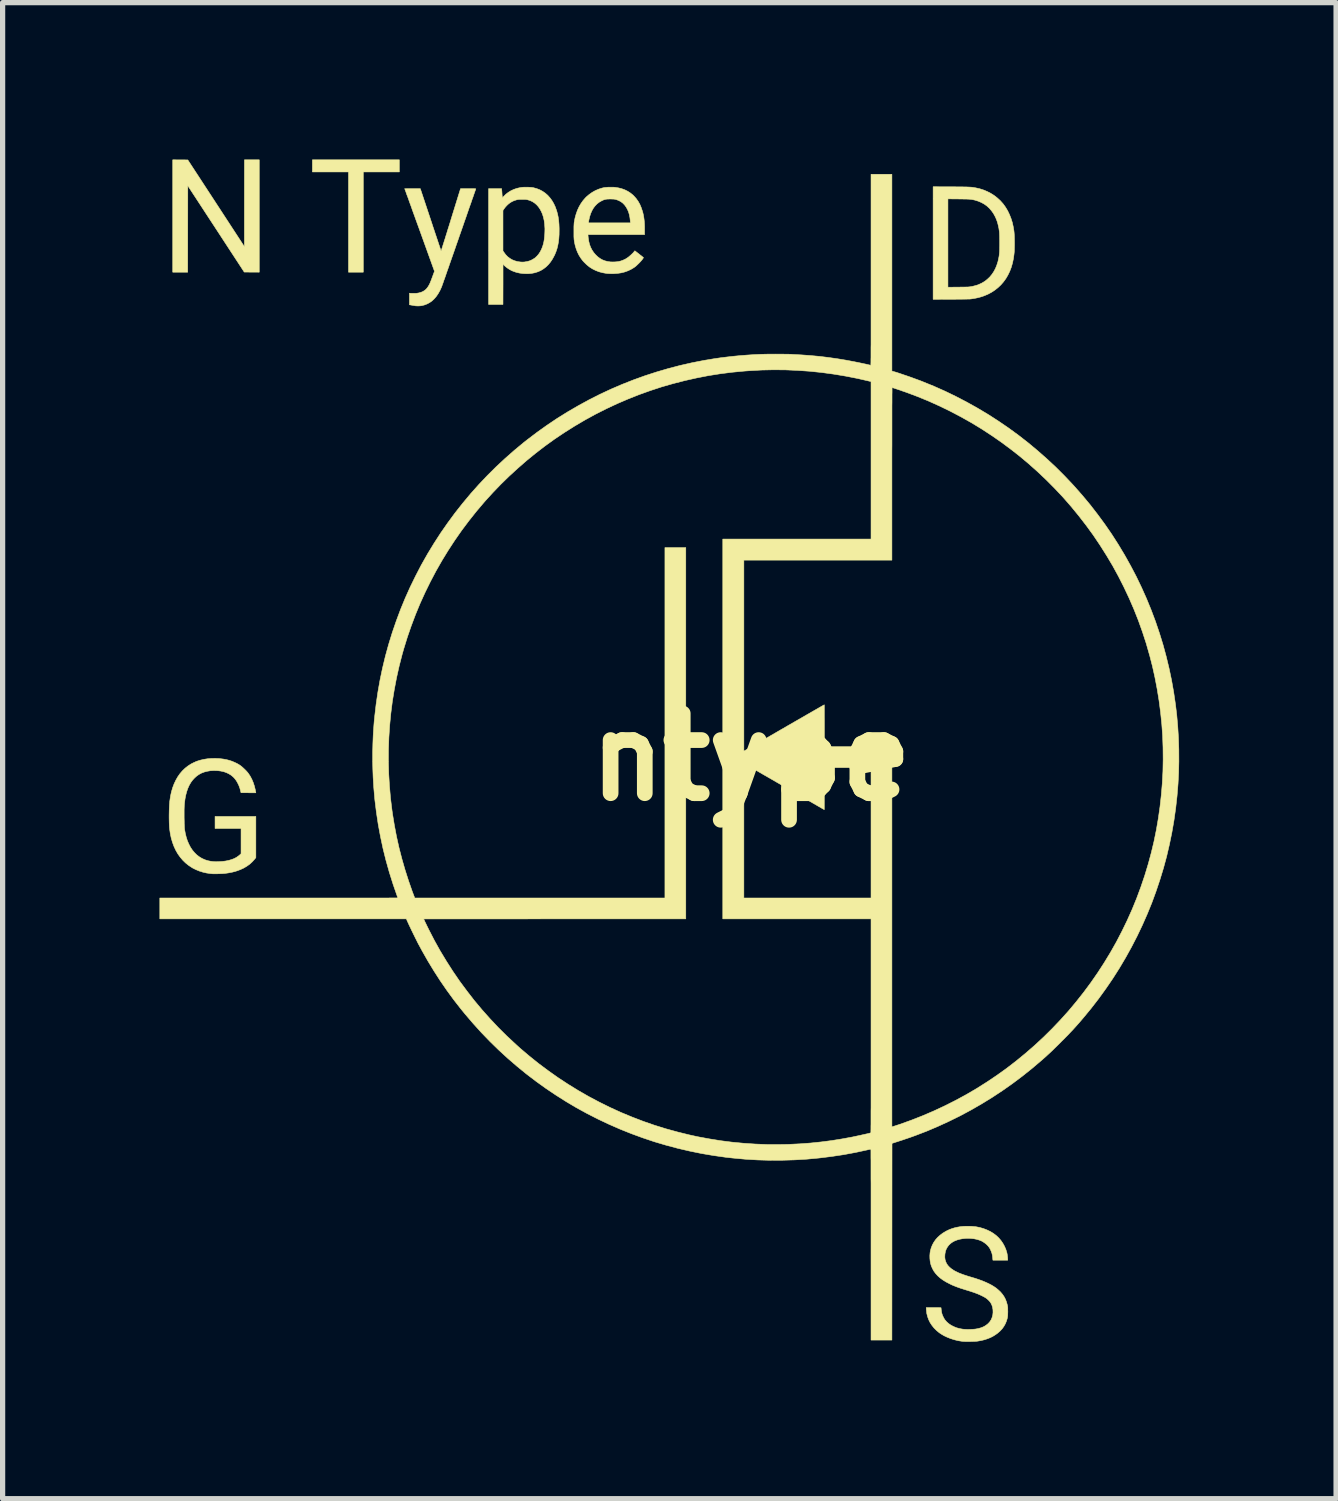
<source format=kicad_pcb>
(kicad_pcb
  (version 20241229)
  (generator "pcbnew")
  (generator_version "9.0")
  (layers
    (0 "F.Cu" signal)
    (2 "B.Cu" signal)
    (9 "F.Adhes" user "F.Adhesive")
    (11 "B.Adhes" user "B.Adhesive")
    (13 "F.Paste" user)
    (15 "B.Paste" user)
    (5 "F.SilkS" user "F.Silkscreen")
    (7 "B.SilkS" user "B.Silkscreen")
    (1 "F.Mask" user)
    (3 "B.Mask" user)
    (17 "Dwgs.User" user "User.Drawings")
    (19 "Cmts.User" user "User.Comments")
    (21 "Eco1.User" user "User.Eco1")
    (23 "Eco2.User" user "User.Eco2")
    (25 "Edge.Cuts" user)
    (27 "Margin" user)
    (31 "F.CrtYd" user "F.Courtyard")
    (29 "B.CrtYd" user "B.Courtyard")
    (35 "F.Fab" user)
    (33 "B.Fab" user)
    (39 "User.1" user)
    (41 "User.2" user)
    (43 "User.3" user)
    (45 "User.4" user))
  (footprint "ntype"
    (layer "F.Cu")
    (at 11.308 11.424)
    (property "Reference" "ntype" (at 0 0 0) (layer "F.SilkS") (effects (font (size 1.524 1.524) (thickness 0.3))))
    (attr through_hole)
    (fp_poly (pts (xy -6.724 -11.187) (xy -7.413 -11.187) (xy -7.413 -9.271) (xy -7.696 -9.271) (xy -7.696 -11.187) (xy -8.386 -11.187) (xy -8.386 -11.419) (xy -6.724 -11.419) (xy -6.724 -11.187)) (stroke (width 0.01) (type solid)) (fill yes) (layer "F.SilkS"))
    (fp_poly (pts (xy -10.768 -11.417) (xy -9.686 -9.759) (xy -9.686 -10.589) (xy -9.685 -11.419) (xy -9.402 -11.419) (xy -9.402 -9.271) (xy -9.689 -9.273) (xy -10.228 -10.098) (xy -10.768 -10.924) (xy -10.769 -10.097) (xy -10.77 -9.271) (xy -11.056 -9.271) (xy -11.056 -11.419) (xy -10.768 -11.417)) (stroke (width 0.01) (type solid)) (fill yes) (layer "F.SilkS"))
    (fp_poly (pts (xy -6.323 -10.867) (xy -6.125 -10.272) (xy -6.104 -10.209) (xy -6.084 -10.147) (xy -6.064 -10.088) (xy -6.045 -10.031) (xy -6.027 -9.977) (xy -6.01 -9.926) (xy -5.994 -9.879) (xy -5.98 -9.836) (xy -5.967 -9.797) (xy -5.955 -9.763) (xy -5.946 -9.734) (xy -5.938 -9.711) (xy -5.932 -9.693) (xy -5.928 -9.681) (xy -5.926 -9.676) (xy -5.926 -9.676) (xy -5.924 -9.679) (xy -5.921 -9.689) (xy -5.916 -9.705) (xy -5.909 -9.727) (xy -5.9 -9.754) (xy -5.89 -9.787) (xy -5.878 -9.824) (xy -5.865 -9.866) (xy -5.85 -9.912) (xy -5.835 -9.962) (xy -5.818 -10.015) (xy -5.801 -10.072) (xy -5.782 -10.131) (xy -5.763 -10.192) (xy -5.743 -10.255) (xy -5.739 -10.271) (xy -5.554 -10.868) (xy -5.407 -10.868) (xy -5.369 -10.868) (xy -5.338 -10.867) (xy -5.313 -10.867) (xy -5.294 -10.867) (xy -5.28 -10.866) (xy -5.27 -10.865) (xy -5.265 -10.865) (xy -5.262 -10.864) (xy -5.262 -10.863) (xy -5.264 -10.859) (xy -5.267 -10.849) (xy -5.273 -10.832) (xy -5.281 -10.81) (xy -5.291 -10.781) (xy -5.303 -10.747) (xy -5.316 -10.708) (xy -5.332 -10.665) (xy -5.348 -10.616) (xy -5.367 -10.563) (xy -5.387 -10.507) (xy -5.408 -10.446) (xy -5.43 -10.382) (xy -5.453 -10.315) (xy -5.478 -10.245) (xy -5.503 -10.172) (xy -5.529 -10.097) (xy -5.556 -10.02) (xy -5.584 -9.941) (xy -5.584 -9.939) (xy -5.612 -9.859) (xy -5.639 -9.782) (xy -5.665 -9.706) (xy -5.691 -9.632) (xy -5.716 -9.561) (xy -5.74 -9.492) (xy -5.763 -9.427) (xy -5.784 -9.365) (xy -5.805 -9.307) (xy -5.824 -9.252) (xy -5.841 -9.202) (xy -5.857 -9.156) (xy -5.872 -9.116) (xy -5.884 -9.08) (xy -5.895 -9.049) (xy -5.904 -9.025) (xy -5.91 -9.006) (xy -5.915 -8.994) (xy -5.917 -8.988) (xy -5.947 -8.922) (xy -5.98 -8.863) (xy -6.016 -8.81) (xy -6.055 -8.764) (xy -6.097 -8.724) (xy -6.143 -8.691) (xy -6.191 -8.665) (xy -6.242 -8.645) (xy -6.296 -8.631) (xy -6.312 -8.629) (xy -6.328 -8.627) (xy -6.348 -8.626) (xy -6.369 -8.626) (xy -6.389 -8.626) (xy -6.405 -8.627) (xy -6.412 -8.627) (xy -6.418 -8.628) (xy -6.431 -8.631) (xy -6.447 -8.633) (xy -6.466 -8.637) (xy -6.476 -8.638) (xy -6.531 -8.648) (xy -6.531 -8.869) (xy -6.476 -8.866) (xy -6.431 -8.866) (xy -6.39 -8.868) (xy -6.354 -8.874) (xy -6.32 -8.883) (xy -6.287 -8.895) (xy -6.279 -8.899) (xy -6.251 -8.915) (xy -6.225 -8.934) (xy -6.201 -8.958) (xy -6.179 -8.987) (xy -6.158 -9.021) (xy -6.138 -9.061) (xy -6.119 -9.108) (xy -6.114 -9.12) (xy -6.106 -9.143) (xy -6.096 -9.169) (xy -6.086 -9.196) (xy -6.077 -9.222) (xy -6.074 -9.23) (xy -6.052 -9.288) (xy -6.333 -10.068) (xy -6.359 -10.14) (xy -6.385 -10.211) (xy -6.41 -10.28) (xy -6.434 -10.347) (xy -6.457 -10.41) (xy -6.479 -10.471) (xy -6.499 -10.529) (xy -6.519 -10.583) (xy -6.537 -10.633) (xy -6.553 -10.679) (xy -6.568 -10.72) (xy -6.582 -10.756) (xy -6.593 -10.788) (xy -6.602 -10.814) (xy -6.61 -10.834) (xy -6.615 -10.848) (xy -6.618 -10.856) (xy -6.618 -10.858) (xy -6.622 -10.868) (xy -6.323 -10.867)) (stroke (width 0.01) (type solid)) (fill yes) (layer "F.SilkS"))
    (fp_poly (pts (xy -4.286 -10.896) (xy -4.253 -10.895) (xy -4.221 -10.893) (xy -4.191 -10.891) (xy -4.167 -10.887) (xy -4.161 -10.886) (xy -4.099 -10.869) (xy -4.04 -10.846) (xy -3.986 -10.817) (xy -3.935 -10.782) (xy -3.888 -10.741) (xy -3.846 -10.694) (xy -3.807 -10.641) (xy -3.773 -10.583) (xy -3.743 -10.519) (xy -3.736 -10.499) (xy -3.716 -10.443) (xy -3.7 -10.384) (xy -3.687 -10.322) (xy -3.678 -10.257) (xy -3.672 -10.187) (xy -3.669 -10.111) (xy -3.669 -10.067) (xy -3.67 -9.988) (xy -3.675 -9.914) (xy -3.683 -9.845) (xy -3.695 -9.781) (xy -3.71 -9.72) (xy -3.73 -9.661) (xy -3.753 -9.605) (xy -3.763 -9.585) (xy -3.797 -9.522) (xy -3.834 -9.466) (xy -3.875 -9.416) (xy -3.92 -9.372) (xy -3.968 -9.335) (xy -4.02 -9.303) (xy -4.075 -9.279) (xy -4.134 -9.26) (xy -4.196 -9.248) (xy -4.262 -9.242) (xy -4.289 -9.242) (xy -4.361 -9.245) (xy -4.428 -9.254) (xy -4.492 -9.269) (xy -4.553 -9.291) (xy -4.575 -9.3) (xy -4.603 -9.315) (xy -4.632 -9.332) (xy -4.661 -9.352) (xy -4.689 -9.373) (xy -4.713 -9.394) (xy -4.732 -9.413) (xy -4.732 -9.414) (xy -4.742 -9.425) (xy -4.742 -9.04) (xy -4.743 -8.654) (xy -5.018 -8.654) (xy -5.018 -10.451) (xy -4.743 -10.451) (xy -4.743 -9.678) (xy -4.725 -9.652) (xy -4.692 -9.607) (xy -4.655 -9.568) (xy -4.613 -9.536) (xy -4.568 -9.509) (xy -4.519 -9.489) (xy -4.466 -9.474) (xy -4.409 -9.466) (xy -4.374 -9.464) (xy -4.364 -9.464) (xy -4.349 -9.465) (xy -4.332 -9.466) (xy -4.326 -9.467) (xy -4.273 -9.476) (xy -4.223 -9.491) (xy -4.178 -9.513) (xy -4.135 -9.54) (xy -4.097 -9.574) (xy -4.063 -9.613) (xy -4.032 -9.659) (xy -4.006 -9.71) (xy -3.984 -9.766) (xy -3.968 -9.821) (xy -3.96 -9.859) (xy -3.953 -9.903) (xy -3.948 -9.951) (xy -3.944 -10.001) (xy -3.942 -10.052) (xy -3.941 -10.101) (xy -3.942 -10.118) (xy -3.947 -10.192) (xy -3.956 -10.26) (xy -3.97 -10.322) (xy -3.988 -10.38) (xy -4.011 -10.433) (xy -4.039 -10.483) (xy -4.066 -10.522) (xy -4.101 -10.561) (xy -4.14 -10.594) (xy -4.182 -10.621) (xy -4.229 -10.642) (xy -4.269 -10.654) (xy -4.281 -10.657) (xy -4.293 -10.659) (xy -4.305 -10.661) (xy -4.319 -10.662) (xy -4.336 -10.662) (xy -4.359 -10.662) (xy -4.376 -10.662) (xy -4.402 -10.662) (xy -4.422 -10.662) (xy -4.438 -10.661) (xy -4.45 -10.66) (xy -4.462 -10.658) (xy -4.473 -10.656) (xy -4.485 -10.653) (xy -4.485 -10.653) (xy -4.53 -10.639) (xy -4.569 -10.621) (xy -4.605 -10.6) (xy -4.639 -10.574) (xy -4.666 -10.549) (xy -4.682 -10.532) (xy -4.698 -10.514) (xy -4.712 -10.496) (xy -4.722 -10.482) (xy -4.743 -10.451) (xy -5.018 -10.451) (xy -5.018 -10.868) (xy -4.769 -10.868) (xy -4.767 -10.847) (xy -4.766 -10.836) (xy -4.764 -10.819) (xy -4.763 -10.799) (xy -4.761 -10.778) (xy -4.761 -10.768) (xy -4.759 -10.742) (xy -4.757 -10.723) (xy -4.756 -10.71) (xy -4.754 -10.702) (xy -4.752 -10.699) (xy -4.748 -10.7) (xy -4.744 -10.704) (xy -4.737 -10.711) (xy -4.734 -10.715) (xy -4.69 -10.759) (xy -4.642 -10.796) (xy -4.59 -10.828) (xy -4.534 -10.854) (xy -4.475 -10.874) (xy -4.412 -10.888) (xy -4.377 -10.893) (xy -4.35 -10.895) (xy -4.319 -10.896) (xy -4.286 -10.896)) (stroke (width 0.01) (type solid)) (fill yes) (layer "F.SilkS"))
    (fp_poly (pts (xy 3.824 -10.903) (xy 3.884 -10.903) (xy 3.937 -10.902) (xy 3.985 -10.902) (xy 4.026 -10.902) (xy 4.063 -10.901) (xy 4.095 -10.901) (xy 4.123 -10.9) (xy 4.147 -10.899) (xy 4.168 -10.898) (xy 4.187 -10.897) (xy 4.203 -10.896) (xy 4.219 -10.895) (xy 4.233 -10.893) (xy 4.247 -10.891) (xy 4.261 -10.889) (xy 4.275 -10.886) (xy 4.289 -10.884) (xy 4.367 -10.867) (xy 4.442 -10.843) (xy 4.514 -10.813) (xy 4.582 -10.778) (xy 4.647 -10.737) (xy 4.707 -10.69) (xy 4.763 -10.639) (xy 4.813 -10.583) (xy 4.82 -10.575) (xy 4.865 -10.512) (xy 4.905 -10.445) (xy 4.94 -10.372) (xy 4.97 -10.296) (xy 4.995 -10.216) (xy 5.013 -10.133) (xy 5.024 -10.067) (xy 5.028 -10.032) (xy 5.031 -9.992) (xy 5.033 -9.946) (xy 5.034 -9.898) (xy 5.035 -9.848) (xy 5.035 -9.797) (xy 5.034 -9.748) (xy 5.033 -9.7) (xy 5.031 -9.657) (xy 5.027 -9.619) (xy 5.027 -9.617) (xy 5.015 -9.529) (xy 4.997 -9.444) (xy 4.974 -9.364) (xy 4.945 -9.288) (xy 4.91 -9.216) (xy 4.871 -9.149) (xy 4.826 -9.087) (xy 4.776 -9.029) (xy 4.721 -8.977) (xy 4.661 -8.929) (xy 4.597 -8.887) (xy 4.538 -8.855) (xy 4.488 -8.833) (xy 4.438 -8.813) (xy 4.388 -8.797) (xy 4.335 -8.783) (xy 4.278 -8.771) (xy 4.216 -8.761) (xy 4.202 -8.759) (xy 4.192 -8.758) (xy 4.176 -8.757) (xy 4.153 -8.757) (xy 4.124 -8.756) (xy 4.088 -8.755) (xy 4.045 -8.755) (xy 3.995 -8.754) (xy 3.938 -8.754) (xy 3.873 -8.753) (xy 3.825 -8.753) (xy 3.48 -8.752) (xy 3.48 -8.984) (xy 3.763 -8.984) (xy 3.96 -8.985) (xy 4.005 -8.986) (xy 4.043 -8.986) (xy 4.075 -8.987) (xy 4.102 -8.987) (xy 4.125 -8.988) (xy 4.144 -8.988) (xy 4.159 -8.989) (xy 4.172 -8.99) (xy 4.183 -8.992) (xy 4.193 -8.993) (xy 4.195 -8.993) (xy 4.231 -9) (xy 4.269 -9.009) (xy 4.305 -9.019) (xy 4.337 -9.029) (xy 4.349 -9.034) (xy 4.408 -9.061) (xy 4.464 -9.094) (xy 4.514 -9.133) (xy 4.561 -9.177) (xy 4.602 -9.226) (xy 4.639 -9.281) (xy 4.671 -9.34) (xy 4.697 -9.404) (xy 4.719 -9.473) (xy 4.731 -9.528) (xy 4.736 -9.551) (xy 4.74 -9.572) (xy 4.743 -9.592) (xy 4.745 -9.613) (xy 4.747 -9.633) (xy 4.749 -9.656) (xy 4.75 -9.681) (xy 4.751 -9.709) (xy 4.751 -9.742) (xy 4.752 -9.78) (xy 4.752 -9.825) (xy 4.752 -9.832) (xy 4.752 -9.877) (xy 4.751 -9.916) (xy 4.751 -9.949) (xy 4.75 -9.978) (xy 4.749 -10.004) (xy 4.748 -10.027) (xy 4.746 -10.048) (xy 4.743 -10.068) (xy 4.74 -10.088) (xy 4.737 -10.109) (xy 4.732 -10.132) (xy 4.731 -10.136) (xy 4.718 -10.194) (xy 4.701 -10.25) (xy 4.68 -10.303) (xy 4.667 -10.332) (xy 4.634 -10.392) (xy 4.596 -10.445) (xy 4.555 -10.493) (xy 4.508 -10.536) (xy 4.458 -10.572) (xy 4.402 -10.603) (xy 4.343 -10.628) (xy 4.279 -10.648) (xy 4.27 -10.65) (xy 4.253 -10.654) (xy 4.237 -10.657) (xy 4.222 -10.66) (xy 4.206 -10.662) (xy 4.188 -10.664) (xy 4.169 -10.666) (xy 4.147 -10.667) (xy 4.122 -10.668) (xy 4.092 -10.669) (xy 4.058 -10.669) (xy 4.017 -10.67) (xy 3.971 -10.67) (xy 3.961 -10.671) (xy 3.763 -10.672) (xy 3.763 -8.984) (xy 3.48 -8.984) (xy 3.48 -10.904) (xy 3.824 -10.903)) (stroke (width 0.01) (type solid)) (fill yes) (layer "F.SilkS"))
    (fp_poly (pts (xy -10.167 0.027) (xy -10.092 0.036) (xy -10.026 0.048) (xy -9.977 0.061) (xy -9.925 0.078) (xy -9.875 0.099) (xy -9.826 0.122) (xy -9.782 0.148) (xy -9.761 0.162) (xy -9.743 0.176) (xy -9.722 0.194) (xy -9.699 0.215) (xy -9.676 0.237) (xy -9.654 0.259) (xy -9.635 0.28) (xy -9.619 0.299) (xy -9.613 0.307) (xy -9.576 0.362) (xy -9.544 0.422) (xy -9.517 0.486) (xy -9.494 0.556) (xy -9.476 0.631) (xy -9.469 0.669) (xy -9.467 0.682) (xy -9.751 0.68) (xy -9.758 0.651) (xy -9.772 0.596) (xy -9.791 0.544) (xy -9.815 0.494) (xy -9.841 0.449) (xy -9.871 0.409) (xy -9.9 0.378) (xy -9.94 0.345) (xy -9.983 0.318) (xy -10.03 0.296) (xy -10.081 0.278) (xy -10.137 0.266) (xy -10.198 0.258) (xy -10.207 0.258) (xy -10.27 0.256) (xy -10.332 0.259) (xy -10.392 0.269) (xy -10.449 0.283) (xy -10.502 0.303) (xy -10.511 0.307) (xy -10.555 0.331) (xy -10.598 0.361) (xy -10.638 0.397) (xy -10.676 0.438) (xy -10.709 0.483) (xy -10.737 0.531) (xy -10.741 0.538) (xy -10.767 0.596) (xy -10.789 0.659) (xy -10.807 0.727) (xy -10.821 0.8) (xy -10.831 0.879) (xy -10.835 0.927) (xy -10.836 0.949) (xy -10.837 0.975) (xy -10.838 1.006) (xy -10.838 1.041) (xy -10.838 1.078) (xy -10.838 1.117) (xy -10.838 1.156) (xy -10.837 1.196) (xy -10.836 1.234) (xy -10.836 1.27) (xy -10.834 1.302) (xy -10.833 1.331) (xy -10.832 1.355) (xy -10.83 1.373) (xy -10.83 1.377) (xy -10.816 1.455) (xy -10.798 1.529) (xy -10.776 1.598) (xy -10.748 1.662) (xy -10.717 1.722) (xy -10.681 1.776) (xy -10.641 1.824) (xy -10.598 1.867) (xy -10.55 1.904) (xy -10.499 1.935) (xy -10.444 1.96) (xy -10.421 1.968) (xy -10.377 1.981) (xy -10.332 1.99) (xy -10.287 1.996) (xy -10.238 1.999) (xy -10.185 1.998) (xy -10.113 1.994) (xy -10.047 1.986) (xy -9.987 1.974) (xy -9.932 1.958) (xy -9.882 1.939) (xy -9.838 1.916) (xy -9.798 1.888) (xy -9.773 1.867) (xy -9.75 1.846) (xy -9.75 1.364) (xy -10.247 1.364) (xy -10.247 1.132) (xy -9.467 1.132) (xy -9.467 1.921) (xy -9.492 1.952) (xy -9.536 2.001) (xy -9.585 2.046) (xy -9.64 2.085) (xy -9.699 2.12) (xy -9.764 2.15) (xy -9.835 2.176) (xy -9.91 2.197) (xy -9.992 2.213) (xy -10.062 2.223) (xy -10.079 2.224) (xy -10.1 2.226) (xy -10.126 2.227) (xy -10.153 2.228) (xy -10.182 2.229) (xy -10.21 2.23) (xy -10.237 2.23) (xy -10.261 2.23) (xy -10.28 2.23) (xy -10.294 2.23) (xy -10.296 2.229) (xy -10.306 2.228) (xy -10.321 2.227) (xy -10.338 2.225) (xy -10.347 2.224) (xy -10.414 2.214) (xy -10.482 2.198) (xy -10.549 2.177) (xy -10.614 2.15) (xy -10.674 2.12) (xy -10.687 2.112) (xy -10.751 2.07) (xy -10.811 2.022) (xy -10.865 1.969) (xy -10.914 1.911) (xy -10.959 1.848) (xy -10.998 1.78) (xy -11.032 1.707) (xy -11.061 1.629) (xy -11.085 1.547) (xy -11.103 1.46) (xy -11.116 1.371) (xy -11.119 1.339) (xy -11.121 1.301) (xy -11.123 1.258) (xy -11.124 1.211) (xy -11.125 1.162) (xy -11.125 1.111) (xy -11.124 1.06) (xy -11.123 1.01) (xy -11.121 0.961) (xy -11.119 0.916) (xy -11.116 0.875) (xy -11.113 0.839) (xy -11.112 0.835) (xy -11.099 0.747) (xy -11.081 0.664) (xy -11.058 0.585) (xy -11.03 0.511) (xy -10.997 0.441) (xy -10.96 0.376) (xy -10.918 0.316) (xy -10.871 0.261) (xy -10.82 0.212) (xy -10.764 0.168) (xy -10.705 0.13) (xy -10.679 0.117) (xy -10.658 0.106) (xy -10.635 0.096) (xy -10.614 0.086) (xy -10.596 0.079) (xy -10.594 0.078) (xy -10.53 0.058) (xy -10.462 0.042) (xy -10.391 0.031) (xy -10.317 0.025) (xy -10.242 0.024) (xy -10.167 0.027)) (stroke (width 0.01) (type solid)) (fill yes) (layer "F.SilkS"))
    (fp_poly (pts (xy -2.64 -10.896) (xy -2.613 -10.894) (xy -2.601 -10.893) (xy -2.533 -10.882) (xy -2.47 -10.866) (xy -2.411 -10.844) (xy -2.357 -10.817) (xy -2.306 -10.784) (xy -2.258 -10.745) (xy -2.241 -10.728) (xy -2.198 -10.68) (xy -2.16 -10.627) (xy -2.127 -10.569) (xy -2.1 -10.505) (xy -2.077 -10.437) (xy -2.07 -10.413) (xy -2.06 -10.37) (xy -2.052 -10.327) (xy -2.046 -10.284) (xy -2.041 -10.239) (xy -2.038 -10.191) (xy -2.036 -10.138) (xy -2.036 -10.088) (xy -2.036 -9.989) (xy -3.117 -9.989) (xy -3.117 -9.977) (xy -3.117 -9.967) (xy -3.115 -9.953) (xy -3.114 -9.937) (xy -3.113 -9.929) (xy -3.103 -9.863) (xy -3.088 -9.802) (xy -3.067 -9.746) (xy -3.04 -9.694) (xy -3.008 -9.646) (xy -2.972 -9.604) (xy -2.931 -9.565) (xy -2.888 -9.533) (xy -2.842 -9.507) (xy -2.793 -9.488) (xy -2.741 -9.475) (xy -2.685 -9.467) (xy -2.64 -9.466) (xy -2.585 -9.468) (xy -2.536 -9.474) (xy -2.49 -9.485) (xy -2.446 -9.501) (xy -2.403 -9.521) (xy -2.361 -9.548) (xy -2.36 -9.548) (xy -2.34 -9.563) (xy -2.318 -9.582) (xy -2.294 -9.603) (xy -2.271 -9.625) (xy -2.25 -9.646) (xy -2.239 -9.66) (xy -2.222 -9.68) (xy -2.141 -9.617) (xy -2.12 -9.6) (xy -2.1 -9.585) (xy -2.084 -9.572) (xy -2.071 -9.561) (xy -2.062 -9.554) (xy -2.058 -9.55) (xy -2.058 -9.55) (xy -2.059 -9.545) (xy -2.065 -9.535) (xy -2.075 -9.521) (xy -2.087 -9.505) (xy -2.102 -9.487) (xy -2.119 -9.468) (xy -2.137 -9.449) (xy -2.15 -9.436) (xy -2.173 -9.414) (xy -2.192 -9.396) (xy -2.21 -9.38) (xy -2.228 -9.367) (xy -2.242 -9.357) (xy -2.299 -9.323) (xy -2.358 -9.296) (xy -2.419 -9.274) (xy -2.484 -9.258) (xy -2.553 -9.248) (xy -2.626 -9.243) (xy -2.665 -9.242) (xy -2.689 -9.243) (xy -2.714 -9.244) (xy -2.738 -9.245) (xy -2.758 -9.247) (xy -2.762 -9.247) (xy -2.835 -9.26) (xy -2.904 -9.278) (xy -2.97 -9.303) (xy -3.032 -9.334) (xy -3.089 -9.37) (xy -3.143 -9.414) (xy -3.193 -9.463) (xy -3.217 -9.489) (xy -3.256 -9.541) (xy -3.291 -9.597) (xy -3.32 -9.656) (xy -3.344 -9.719) (xy -3.364 -9.787) (xy -3.379 -9.86) (xy -3.379 -9.864) (xy -3.381 -9.877) (xy -3.383 -9.889) (xy -3.384 -9.902) (xy -3.385 -9.916) (xy -3.386 -9.932) (xy -3.387 -9.951) (xy -3.387 -9.974) (xy -3.387 -10.002) (xy -3.387 -10.036) (xy -3.387 -10.048) (xy -3.387 -10.085) (xy -3.387 -10.116) (xy -3.387 -10.142) (xy -3.386 -10.163) (xy -3.385 -10.181) (xy -3.384 -10.197) (xy -3.383 -10.21) (xy -3.382 -10.214) (xy -3.109 -10.214) (xy -2.307 -10.214) (xy -2.309 -10.25) (xy -2.316 -10.312) (xy -2.327 -10.369) (xy -2.343 -10.423) (xy -2.364 -10.472) (xy -2.389 -10.516) (xy -2.418 -10.556) (xy -2.451 -10.59) (xy -2.488 -10.618) (xy -2.529 -10.64) (xy -2.544 -10.646) (xy -2.565 -10.654) (xy -2.584 -10.66) (xy -2.601 -10.664) (xy -2.619 -10.667) (xy -2.639 -10.669) (xy -2.664 -10.669) (xy -2.691 -10.67) (xy -2.723 -10.669) (xy -2.751 -10.668) (xy -2.774 -10.665) (xy -2.795 -10.66) (xy -2.816 -10.654) (xy -2.838 -10.644) (xy -2.857 -10.635) (xy -2.903 -10.609) (xy -2.944 -10.577) (xy -2.981 -10.539) (xy -3.014 -10.496) (xy -3.042 -10.447) (xy -3.066 -10.393) (xy -3.085 -10.334) (xy -3.1 -10.27) (xy -3.104 -10.246) (xy -3.109 -10.214) (xy -3.382 -10.214) (xy -3.381 -10.223) (xy -3.381 -10.227) (xy -3.366 -10.306) (xy -3.345 -10.382) (xy -3.32 -10.453) (xy -3.289 -10.52) (xy -3.253 -10.582) (xy -3.212 -10.64) (xy -3.167 -10.692) (xy -3.147 -10.712) (xy -3.094 -10.757) (xy -3.037 -10.797) (xy -2.977 -10.831) (xy -2.914 -10.858) (xy -2.849 -10.879) (xy -2.818 -10.886) (xy -2.796 -10.89) (xy -2.768 -10.892) (xy -2.737 -10.895) (xy -2.704 -10.896) (xy -2.671 -10.896) (xy -2.64 -10.896)) (stroke (width 0.01) (type solid)) (fill yes) (layer "F.SilkS"))
    (fp_poly (pts (xy 4.178 8.968) (xy 4.216 8.969) (xy 4.251 8.972) (xy 4.281 8.975) (xy 4.294 8.976) (xy 4.371 8.991) (xy 4.443 9.012) (xy 4.51 9.038) (xy 4.573 9.068) (xy 4.632 9.104) (xy 4.685 9.144) (xy 4.733 9.189) (xy 4.776 9.239) (xy 4.813 9.293) (xy 4.845 9.351) (xy 4.871 9.412) (xy 4.89 9.474) (xy 4.894 9.493) (xy 4.898 9.516) (xy 4.901 9.54) (xy 4.904 9.564) (xy 4.905 9.585) (xy 4.906 9.595) (xy 4.906 9.616) (xy 4.623 9.616) (xy 4.621 9.6) (xy 4.62 9.589) (xy 4.619 9.573) (xy 4.617 9.557) (xy 4.617 9.557) (xy 4.612 9.52) (xy 4.603 9.482) (xy 4.589 9.444) (xy 4.573 9.408) (xy 4.555 9.376) (xy 4.553 9.374) (xy 4.529 9.343) (xy 4.499 9.313) (xy 4.465 9.286) (xy 4.429 9.262) (xy 4.411 9.252) (xy 4.365 9.233) (xy 4.316 9.218) (xy 4.263 9.207) (xy 4.208 9.201) (xy 4.152 9.198) (xy 4.096 9.2) (xy 4.041 9.206) (xy 3.988 9.216) (xy 3.938 9.23) (xy 3.892 9.248) (xy 3.857 9.266) (xy 3.817 9.294) (xy 3.783 9.326) (xy 3.755 9.362) (xy 3.732 9.402) (xy 3.716 9.446) (xy 3.707 9.494) (xy 3.705 9.511) (xy 3.703 9.557) (xy 3.708 9.601) (xy 3.72 9.642) (xy 3.737 9.681) (xy 3.762 9.717) (xy 3.793 9.75) (xy 3.831 9.782) (xy 3.876 9.812) (xy 3.901 9.826) (xy 3.934 9.842) (xy 3.969 9.859) (xy 4.007 9.874) (xy 4.049 9.89) (xy 4.096 9.906) (xy 4.149 9.923) (xy 4.202 9.939) (xy 4.283 9.963) (xy 4.357 9.988) (xy 4.425 10.013) (xy 4.487 10.039) (xy 4.543 10.065) (xy 4.595 10.092) (xy 4.641 10.12) (xy 4.684 10.149) (xy 4.722 10.181) (xy 4.757 10.213) (xy 4.77 10.226) (xy 4.807 10.27) (xy 4.838 10.316) (xy 4.863 10.364) (xy 4.883 10.417) (xy 4.899 10.474) (xy 4.899 10.476) (xy 4.902 10.489) (xy 4.904 10.502) (xy 4.906 10.516) (xy 4.907 10.531) (xy 4.907 10.55) (xy 4.907 10.573) (xy 4.908 10.595) (xy 4.907 10.63) (xy 4.906 10.658) (xy 4.905 10.682) (xy 4.902 10.704) (xy 4.898 10.725) (xy 4.892 10.746) (xy 4.885 10.769) (xy 4.884 10.774) (xy 4.862 10.829) (xy 4.834 10.879) (xy 4.8 10.927) (xy 4.759 10.971) (xy 4.712 11.012) (xy 4.67 11.042) (xy 4.622 11.072) (xy 4.572 11.097) (xy 4.519 11.118) (xy 4.461 11.137) (xy 4.399 11.152) (xy 4.331 11.164) (xy 4.313 11.166) (xy 4.289 11.168) (xy 4.261 11.169) (xy 4.229 11.17) (xy 4.195 11.171) (xy 4.161 11.171) (xy 4.128 11.171) (xy 4.096 11.171) (xy 4.069 11.17) (xy 4.046 11.168) (xy 4.033 11.167) (xy 3.958 11.155) (xy 3.885 11.137) (xy 3.815 11.115) (xy 3.747 11.088) (xy 3.684 11.058) (xy 3.626 11.023) (xy 3.597 11.003) (xy 3.544 10.959) (xy 3.497 10.912) (xy 3.457 10.862) (xy 3.422 10.809) (xy 3.394 10.752) (xy 3.373 10.693) (xy 3.358 10.632) (xy 3.351 10.568) (xy 3.35 10.562) (xy 3.348 10.523) (xy 3.49 10.523) (xy 3.526 10.523) (xy 3.555 10.523) (xy 3.579 10.523) (xy 3.597 10.523) (xy 3.61 10.524) (xy 3.62 10.524) (xy 3.626 10.525) (xy 3.63 10.526) (xy 3.632 10.527) (xy 3.632 10.529) (xy 3.632 10.529) (xy 3.633 10.544) (xy 3.635 10.563) (xy 3.638 10.585) (xy 3.641 10.606) (xy 3.645 10.625) (xy 3.647 10.633) (xy 3.655 10.659) (xy 3.667 10.687) (xy 3.681 10.716) (xy 3.696 10.742) (xy 3.708 10.759) (xy 3.74 10.796) (xy 3.779 10.83) (xy 3.823 10.86) (xy 3.872 10.885) (xy 3.924 10.907) (xy 3.979 10.922) (xy 4.013 10.929) (xy 4.049 10.935) (xy 4.087 10.938) (xy 4.129 10.94) (xy 4.161 10.94) (xy 4.227 10.938) (xy 4.288 10.933) (xy 4.343 10.923) (xy 4.393 10.909) (xy 4.439 10.891) (xy 4.479 10.869) (xy 4.516 10.842) (xy 4.537 10.823) (xy 4.567 10.789) (xy 4.591 10.751) (xy 4.608 10.709) (xy 4.62 10.665) (xy 4.625 10.618) (xy 4.624 10.57) (xy 4.623 10.557) (xy 4.615 10.513) (xy 4.603 10.475) (xy 4.587 10.441) (xy 4.565 10.409) (xy 4.543 10.385) (xy 4.526 10.369) (xy 4.51 10.355) (xy 4.493 10.342) (xy 4.474 10.33) (xy 4.452 10.317) (xy 4.424 10.303) (xy 4.411 10.296) (xy 4.383 10.283) (xy 4.356 10.271) (xy 4.328 10.259) (xy 4.299 10.248) (xy 4.268 10.236) (xy 4.234 10.225) (xy 4.195 10.212) (xy 4.151 10.198) (xy 4.114 10.187) (xy 4.057 10.169) (xy 4.006 10.153) (xy 3.96 10.137) (xy 3.917 10.121) (xy 3.877 10.105) (xy 3.839 10.089) (xy 3.802 10.071) (xy 3.794 10.067) (xy 3.727 10.032) (xy 3.667 9.995) (xy 3.614 9.956) (xy 3.568 9.915) (xy 3.528 9.871) (xy 3.494 9.825) (xy 3.467 9.776) (xy 3.445 9.725) (xy 3.432 9.682) (xy 3.423 9.634) (xy 3.418 9.582) (xy 3.417 9.529) (xy 3.421 9.477) (xy 3.427 9.439) (xy 3.443 9.381) (xy 3.465 9.326) (xy 3.493 9.274) (xy 3.528 9.224) (xy 3.569 9.178) (xy 3.616 9.136) (xy 3.668 9.097) (xy 3.725 9.063) (xy 3.747 9.052) (xy 3.793 9.03) (xy 3.84 9.013) (xy 3.888 8.998) (xy 3.94 8.986) (xy 3.997 8.976) (xy 4.004 8.975) (xy 4.031 8.972) (xy 4.064 8.969) (xy 4.1 8.968) (xy 4.139 8.968) (xy 4.178 8.968)) (stroke (width 0.01) (type solid)) (fill yes) (layer "F.SilkS"))
    (fp_poly (pts (xy 2.692 -7.381) (xy 2.719 -7.373) (xy 2.754 -7.363) (xy 2.796 -7.35) (xy 2.842 -7.335) (xy 2.891 -7.318) (xy 2.944 -7.3) (xy 2.997 -7.282) (xy 3.052 -7.263) (xy 3.106 -7.243) (xy 3.158 -7.224) (xy 3.207 -7.206) (xy 3.253 -7.189) (xy 3.28 -7.178) (xy 3.496 -7.09) (xy 3.71 -6.995) (xy 3.92 -6.893) (xy 4.127 -6.785) (xy 4.331 -6.671) (xy 4.532 -6.551) (xy 4.729 -6.424) (xy 4.922 -6.292) (xy 5.111 -6.154) (xy 5.296 -6.01) (xy 5.476 -5.86) (xy 5.652 -5.705) (xy 5.824 -5.545) (xy 5.99 -5.379) (xy 6.152 -5.208) (xy 6.173 -5.185) (xy 6.329 -5.008) (xy 6.48 -4.827) (xy 6.624 -4.641) (xy 6.763 -4.452) (xy 6.896 -4.259) (xy 7.022 -4.062) (xy 7.142 -3.862) (xy 7.256 -3.658) (xy 7.364 -3.452) (xy 7.465 -3.242) (xy 7.56 -3.029) (xy 7.648 -2.814) (xy 7.73 -2.596) (xy 7.805 -2.375) (xy 7.874 -2.152) (xy 7.935 -1.927) (xy 7.99 -1.7) (xy 8.038 -1.471) (xy 8.079 -1.24) (xy 8.113 -1.008) (xy 8.137 -0.809) (xy 8.156 -0.59) (xy 8.17 -0.368) (xy 8.177 -0.144) (xy 8.178 0.08) (xy 8.173 0.302) (xy 8.162 0.508) (xy 8.143 0.743) (xy 8.117 0.977) (xy 8.084 1.21) (xy 8.044 1.441) (xy 7.997 1.67) (xy 7.944 1.897) (xy 7.883 2.122) (xy 7.815 2.345) (xy 7.741 2.566) (xy 7.661 2.784) (xy 7.573 3) (xy 7.479 3.213) (xy 7.379 3.423) (xy 7.272 3.63) (xy 7.159 3.834) (xy 7.04 4.035) (xy 6.914 4.233) (xy 6.782 4.426) (xy 6.644 4.617) (xy 6.5 4.803) (xy 6.35 4.985) (xy 6.267 5.082) (xy 6.234 5.119) (xy 6.203 5.154) (xy 6.173 5.187) (xy 6.144 5.219) (xy 6.114 5.25) (xy 6.083 5.283) (xy 6.051 5.317) (xy 6.015 5.353) (xy 5.977 5.392) (xy 5.933 5.435) (xy 5.92 5.449) (xy 5.876 5.493) (xy 5.835 5.533) (xy 5.798 5.569) (xy 5.764 5.603) (xy 5.731 5.634) (xy 5.699 5.664) (xy 5.667 5.693) (xy 5.635 5.723) (xy 5.601 5.753) (xy 5.564 5.786) (xy 5.551 5.797) (xy 5.371 5.95) (xy 5.187 6.097) (xy 4.998 6.239) (xy 4.806 6.374) (xy 4.609 6.504) (xy 4.409 6.627) (xy 4.206 6.744) (xy 3.999 6.855) (xy 3.788 6.959) (xy 3.575 7.057) (xy 3.359 7.149) (xy 3.14 7.233) (xy 3.079 7.255) (xy 3.057 7.263) (xy 3.029 7.273) (xy 2.996 7.284) (xy 2.96 7.296) (xy 2.923 7.309) (xy 2.884 7.322) (xy 2.846 7.334) (xy 2.81 7.346) (xy 2.776 7.357) (xy 2.747 7.366) (xy 2.723 7.374) (xy 2.718 7.376) (xy 2.694 7.383) (xy 2.693 9.263) (xy 2.692 11.143) (xy 2.293 11.143) (xy 2.293 9.318) (xy 2.293 9.178) (xy 2.293 9.043) (xy 2.293 8.913) (xy 2.293 8.787) (xy 2.293 8.667) (xy 2.293 8.552) (xy 2.293 8.442) (xy 2.293 8.338) (xy 2.293 8.239) (xy 2.293 8.146) (xy 2.292 8.058) (xy 2.292 7.977) (xy 2.292 7.901) (xy 2.292 7.832) (xy 2.292 7.768) (xy 2.292 7.711) (xy 2.291 7.66) (xy 2.291 7.616) (xy 2.291 7.578) (xy 2.291 7.547) (xy 2.291 7.523) (xy 2.29 7.506) (xy 2.29 7.496) (xy 2.29 7.493) (xy 2.285 7.494) (xy 2.275 7.496) (xy 2.26 7.499) (xy 2.242 7.503) (xy 2.231 7.506) (xy 2.001 7.556) (xy 1.769 7.599) (xy 1.536 7.634) (xy 1.302 7.663) (xy 1.067 7.685) (xy 0.832 7.699) (xy 0.596 7.706) (xy 0.36 7.707) (xy 0.124 7.7) (xy -0.111 7.686) (xy -0.347 7.664) (xy -0.483 7.649) (xy -0.716 7.616) (xy -0.947 7.577) (xy -1.177 7.53) (xy -1.404 7.477) (xy -1.629 7.417) (xy -1.852 7.351) (xy -2.072 7.277) (xy -2.29 7.197) (xy -2.505 7.111) (xy -2.717 7.018) (xy -2.927 6.919) (xy -3.133 6.814) (xy -3.336 6.703) (xy -3.535 6.585) (xy -3.731 6.461) (xy -3.923 6.332) (xy -4.112 6.196) (xy -4.297 6.055) (xy -4.477 5.908) (xy -4.654 5.755) (xy -4.826 5.597) (xy -4.994 5.433) (xy -5.157 5.264) (xy -5.315 5.089) (xy -5.469 4.909) (xy -5.553 4.806) (xy -5.687 4.634) (xy -5.817 4.456) (xy -5.943 4.273) (xy -6.064 4.085) (xy -6.18 3.894) (xy -6.29 3.7) (xy -6.346 3.596) (xy -6.361 3.569) (xy -6.377 3.538) (xy -6.394 3.503) (xy -6.413 3.466) (xy -6.432 3.427) (xy -6.452 3.387) (xy -6.471 3.347) (xy -6.491 3.307) (xy -6.509 3.268) (xy -6.527 3.231) (xy -6.543 3.197) (xy -6.557 3.166) (xy -6.569 3.14) (xy -6.579 3.118) (xy -6.585 3.102) (xy -6.586 3.1) (xy -6.589 3.092) (xy -11.303 3.092) (xy -11.303 2.692) (xy -9.028 2.692) (xy -8.9 2.692) (xy -8.773 2.692) (xy -8.649 2.692) (xy -8.527 2.692) (xy -8.407 2.692) (xy -8.29 2.692) (xy -8.175 2.692) (xy -8.064 2.692) (xy -7.956 2.692) (xy -7.851 2.692) (xy -7.749 2.692) (xy -7.652 2.692) (xy -7.558 2.692) (xy -7.468 2.692) (xy -7.383 2.692) (xy -7.302 2.692) (xy -7.226 2.692) (xy -7.155 2.692) (xy -7.089 2.692) (xy -7.029 2.692) (xy -6.973 2.692) (xy -6.924 2.692) (xy -6.88 2.691) (xy -6.843 2.691) (xy -6.811 2.691) (xy -6.787 2.691) (xy -6.768 2.691) (xy -6.757 2.691) (xy -6.753 2.691) (xy -6.753 2.691) (xy -6.754 2.687) (xy -6.757 2.678) (xy -6.762 2.665) (xy -6.766 2.654) (xy -6.844 2.429) (xy -6.915 2.203) (xy -6.979 1.976) (xy -7.036 1.747) (xy -7.085 1.517) (xy -7.128 1.285) (xy -7.163 1.052) (xy -7.192 0.818) (xy -7.213 0.582) (xy -7.215 0.55) (xy -7.225 0.386) (xy -7.231 0.221) (xy -7.234 0.087) (xy -6.933 0.087) (xy -6.927 0.318) (xy -6.913 0.549) (xy -6.893 0.78) (xy -6.865 1.01) (xy -6.854 1.088) (xy -6.819 1.302) (xy -6.778 1.518) (xy -6.73 1.733) (xy -6.675 1.946) (xy -6.614 2.158) (xy -6.547 2.367) (xy -6.475 2.573) (xy -6.441 2.662) (xy -6.429 2.692) (xy -1.647 2.692) (xy -1.647 -4.006) (xy -1.248 -4.006) (xy -1.248 3.092) (xy -3.754 3.092) (xy -6.259 3.093) (xy -6.237 3.141) (xy -6.23 3.156) (xy -6.22 3.176) (xy -6.208 3.201) (xy -6.195 3.228) (xy -6.181 3.256) (xy -6.167 3.285) (xy -6.161 3.297) (xy -6.056 3.501) (xy -5.944 3.702) (xy -5.825 3.899) (xy -5.701 4.093) (xy -5.571 4.283) (xy -5.434 4.468) (xy -5.293 4.65) (xy -5.145 4.827) (xy -4.992 4.999) (xy -4.834 5.167) (xy -4.67 5.33) (xy -4.501 5.487) (xy -4.42 5.561) (xy -4.243 5.711) (xy -4.063 5.856) (xy -3.878 5.994) (xy -3.69 6.127) (xy -3.498 6.253) (xy -3.302 6.374) (xy -3.103 6.488) (xy -2.901 6.595) (xy -2.695 6.697) (xy -2.487 6.792) (xy -2.275 6.88) (xy -2.061 6.962) (xy -1.845 7.037) (xy -1.626 7.105) (xy -1.404 7.166) (xy -1.181 7.221) (xy -1.016 7.257) (xy -0.799 7.297) (xy -0.582 7.332) (xy -0.363 7.36) (xy -0.143 7.381) (xy 0.081 7.396) (xy 0.258 7.403) (xy 0.282 7.404) (xy 0.312 7.405) (xy 0.347 7.405) (xy 0.386 7.405) (xy 0.428 7.405) (xy 0.471 7.405) (xy 0.515 7.405) (xy 0.558 7.405) (xy 0.599 7.404) (xy 0.638 7.404) (xy 0.672 7.403) (xy 0.701 7.403) (xy 0.718 7.402) (xy 0.928 7.392) (xy 1.134 7.377) (xy 1.336 7.356) (xy 1.538 7.33) (xy 1.738 7.298) (xy 1.939 7.261) (xy 1.966 7.255) (xy 1.995 7.249) (xy 2.027 7.242) (xy 2.06 7.235) (xy 2.093 7.228) (xy 2.127 7.22) (xy 2.16 7.213) (xy 2.19 7.206) (xy 2.218 7.2) (xy 2.243 7.194) (xy 2.263 7.189) (xy 2.278 7.185) (xy 2.287 7.183) (xy 2.288 7.182) (xy 2.289 7.181) (xy 2.289 7.178) (xy 2.289 7.174) (xy 2.29 7.167) (xy 2.29 7.158) (xy 2.29 7.147) (xy 2.29 7.133) (xy 2.291 7.116) (xy 2.291 7.096) (xy 2.291 7.073) (xy 2.291 7.047) (xy 2.292 7.018) (xy 2.292 6.985) (xy 2.292 6.948) (xy 2.292 6.907) (xy 2.292 6.863) (xy 2.292 6.813) (xy 2.292 6.76) (xy 2.293 6.702) (xy 2.293 6.639) (xy 2.293 6.572) (xy 2.293 6.499) (xy 2.293 6.421) (xy 2.293 6.338) (xy 2.293 6.249) (xy 2.293 6.154) (xy 2.293 6.054) (xy 2.293 5.947) (xy 2.293 5.834) (xy 2.293 5.715) (xy 2.293 5.589) (xy 2.293 5.457) (xy 2.293 5.317) (xy 2.293 5.171) (xy 2.293 3.092) (xy -0.541 3.092) (xy -0.541 2.692) (xy -0.138 2.692) (xy 2.293 2.692) (xy 2.293 0.2) (xy 1.401 0.2) (xy 1.4 0.602) (xy 1.399 1.004) (xy 0.887 0.709) (xy 0.826 0.673) (xy 0.763 0.637) (xy 0.7 0.6) (xy 0.636 0.564) (xy 0.573 0.527) (xy 0.51 0.491) (xy 0.45 0.456) (xy 0.391 0.422) (xy 0.335 0.39) (xy 0.283 0.36) (xy 0.234 0.332) (xy 0.19 0.306) (xy 0.151 0.284) (xy 0.119 0.265) (xy -0.138 0.117) (xy -0.138 2.692) (xy -0.541 2.692) (xy -0.541 -3.766) (xy -0.138 -3.766) (xy -0.138 -0.116) (xy -0.13 -0.12) (xy -0.126 -0.122) (xy -0.116 -0.128) (xy -0.1 -0.137) (xy -0.079 -0.149) (xy -0.053 -0.164) (xy -0.022 -0.182) (xy 0.014 -0.203) (xy 0.054 -0.226) (xy 0.098 -0.252) (xy 0.146 -0.279) (xy 0.198 -0.309) (xy 0.253 -0.341) (xy 0.31 -0.374) (xy 0.371 -0.409) (xy 0.434 -0.445) (xy 0.499 -0.483) (xy 0.566 -0.522) (xy 0.635 -0.561) (xy 0.638 -0.563) (xy 0.706 -0.603) (xy 0.773 -0.641) (xy 0.838 -0.679) (xy 0.901 -0.715) (xy 0.962 -0.75) (xy 1.019 -0.783) (xy 1.074 -0.815) (xy 1.125 -0.844) (xy 1.173 -0.872) (xy 1.217 -0.897) (xy 1.257 -0.92) (xy 1.293 -0.941) (xy 1.323 -0.958) (xy 1.349 -0.973) (xy 1.37 -0.985) (xy 1.386 -0.994) (xy 1.395 -0.999) (xy 1.399 -1.001) (xy 1.399 -1.001) (xy 1.399 -0.998) (xy 1.399 -0.988) (xy 1.4 -0.971) (xy 1.4 -0.948) (xy 1.4 -0.92) (xy 1.4 -0.887) (xy 1.4 -0.85) (xy 1.4 -0.809) (xy 1.4 -0.764) (xy 1.401 -0.716) (xy 1.401 -0.665) (xy 1.401 -0.612) (xy 1.401 -0.601) (xy 1.401 -0.2) (xy 2.692 -0.2) (xy 2.692 7.068) (xy 2.732 7.055) (xy 2.748 7.05) (xy 2.769 7.043) (xy 2.793 7.035) (xy 2.819 7.027) (xy 2.844 7.018) (xy 2.846 7.018) (xy 3.066 6.939) (xy 3.282 6.854) (xy 3.494 6.763) (xy 3.704 6.665) (xy 3.91 6.561) (xy 4.113 6.451) (xy 4.311 6.335) (xy 4.506 6.212) (xy 4.698 6.083) (xy 4.885 5.949) (xy 5.068 5.808) (xy 5.247 5.661) (xy 5.422 5.509) (xy 5.592 5.351) (xy 5.753 5.192) (xy 5.913 5.024) (xy 6.068 4.852) (xy 6.216 4.675) (xy 6.359 4.494) (xy 6.496 4.309) (xy 6.627 4.12) (xy 6.752 3.927) (xy 6.871 3.731) (xy 6.984 3.531) (xy 7.09 3.327) (xy 7.19 3.121) (xy 7.284 2.911) (xy 7.371 2.698) (xy 7.451 2.482) (xy 7.525 2.264) (xy 7.592 2.043) (xy 7.65 1.829) (xy 7.702 1.612) (xy 7.747 1.392) (xy 7.785 1.171) (xy 7.817 0.947) (xy 7.842 0.722) (xy 7.861 0.496) (xy 7.873 0.269) (xy 7.877 0.042) (xy 7.875 -0.184) (xy 7.867 -0.409) (xy 7.867 -0.41) (xy 7.851 -0.633) (xy 7.828 -0.856) (xy 7.799 -1.079) (xy 7.763 -1.3) (xy 7.721 -1.52) (xy 7.673 -1.736) (xy 7.618 -1.95) (xy 7.616 -1.955) (xy 7.552 -2.179) (xy 7.48 -2.399) (xy 7.402 -2.617) (xy 7.317 -2.831) (xy 7.225 -3.043) (xy 7.127 -3.251) (xy 7.023 -3.456) (xy 6.912 -3.659) (xy 6.794 -3.857) (xy 6.67 -4.053) (xy 6.54 -4.246) (xy 6.403 -4.434) (xy 6.262 -4.616) (xy 6.116 -4.794) (xy 5.964 -4.968) (xy 5.806 -5.136) (xy 5.643 -5.3) (xy 5.475 -5.459) (xy 5.302 -5.613) (xy 5.125 -5.761) (xy 4.982 -5.873) (xy 4.796 -6.012) (xy 4.606 -6.144) (xy 4.412 -6.271) (xy 4.215 -6.391) (xy 4.014 -6.504) (xy 3.809 -6.612) (xy 3.601 -6.713) (xy 3.39 -6.808) (xy 3.175 -6.896) (xy 2.991 -6.965) (xy 2.969 -6.973) (xy 2.944 -6.982) (xy 2.917 -6.991) (xy 2.888 -7.001) (xy 2.859 -7.012) (xy 2.829 -7.022) (xy 2.801 -7.031) (xy 2.774 -7.04) (xy 2.75 -7.048) (xy 2.729 -7.055) (xy 2.713 -7.06) (xy 2.701 -7.063) (xy 2.696 -7.065) (xy 2.696 -7.065) (xy 2.696 -7.061) (xy 2.695 -7.05) (xy 2.695 -7.033) (xy 2.695 -7.008) (xy 2.695 -6.976) (xy 2.694 -6.937) (xy 2.694 -6.892) (xy 2.694 -6.84) (xy 2.694 -6.781) (xy 2.693 -6.716) (xy 2.693 -6.644) (xy 2.693 -6.566) (xy 2.693 -6.481) (xy 2.693 -6.391) (xy 2.693 -6.294) (xy 2.693 -6.192) (xy 2.693 -6.083) (xy 2.693 -5.968) (xy 2.692 -5.848) (xy 2.692 -5.722) (xy 2.692 -5.59) (xy 2.692 -5.453) (xy 2.692 -3.766) (xy -0.138 -3.766) (xy -0.541 -3.766) (xy -0.541 -4.169) (xy 2.293 -4.169) (xy 2.293 -7.18) (xy 2.267 -7.186) (xy 2.037 -7.239) (xy 1.808 -7.284) (xy 1.579 -7.322) (xy 1.35 -7.353) (xy 1.12 -7.377) (xy 0.89 -7.393) (xy 0.66 -7.403) (xy 0.429 -7.405) (xy 0.198 -7.4) (xy -0.034 -7.387) (xy -0.132 -7.38) (xy -0.362 -7.358) (xy -0.59 -7.329) (xy -0.817 -7.293) (xy -1.042 -7.249) (xy -1.265 -7.199) (xy -1.487 -7.142) (xy -1.707 -7.079) (xy -1.924 -7.008) (xy -2.139 -6.931) (xy -2.351 -6.847) (xy -2.561 -6.757) (xy -2.768 -6.66) (xy -2.972 -6.557) (xy -3.173 -6.447) (xy -3.37 -6.331) (xy -3.564 -6.209) (xy -3.755 -6.081) (xy -3.941 -5.947) (xy -4.124 -5.806) (xy -4.293 -5.668) (xy -4.459 -5.523) (xy -4.622 -5.374) (xy -4.78 -5.22) (xy -4.932 -5.062) (xy -5.079 -4.901) (xy -5.1 -4.877) (xy -5.25 -4.7) (xy -5.394 -4.519) (xy -5.532 -4.335) (xy -5.664 -4.146) (xy -5.79 -3.953) (xy -5.91 -3.757) (xy -6.024 -3.557) (xy -6.131 -3.354) (xy -6.232 -3.148) (xy -6.327 -2.939) (xy -6.415 -2.726) (xy -6.496 -2.511) (xy -6.571 -2.294) (xy -6.639 -2.074) (xy -6.671 -1.961) (xy -6.728 -1.739) (xy -6.778 -1.515) (xy -6.821 -1.289) (xy -6.858 -1.062) (xy -6.887 -0.833) (xy -6.909 -0.604) (xy -6.924 -0.374) (xy -6.932 -0.144) (xy -6.933 0.087) (xy -7.234 0.087) (xy -7.234 0.059) (xy -7.234 -0.1) (xy -7.232 -0.17) (xy -7.23 -0.254) (xy -7.227 -0.332) (xy -7.224 -0.407) (xy -7.22 -0.478) (xy -7.215 -0.549) (xy -7.21 -0.619) (xy -7.204 -0.692) (xy -7.196 -0.768) (xy -7.195 -0.78) (xy -7.168 -1.013) (xy -7.134 -1.245) (xy -7.093 -1.476) (xy -7.045 -1.705) (xy -6.99 -1.933) (xy -6.928 -2.158) (xy -6.859 -2.382) (xy -6.783 -2.603) (xy -6.701 -2.823) (xy -6.612 -3.039) (xy -6.516 -3.253) (xy -6.413 -3.464) (xy -6.305 -3.672) (xy -6.189 -3.877) (xy -6.184 -3.886) (xy -6.061 -4.088) (xy -5.933 -4.286) (xy -5.798 -4.48) (xy -5.658 -4.67) (xy -5.512 -4.855) (xy -5.361 -5.036) (xy -5.204 -5.212) (xy -5.042 -5.383) (xy -4.875 -5.549) (xy -4.702 -5.71) (xy -4.525 -5.866) (xy -4.343 -6.017) (xy -4.283 -6.064) (xy -4.095 -6.207) (xy -3.903 -6.344) (xy -3.708 -6.475) (xy -3.509 -6.599) (xy -3.306 -6.717) (xy -3.101 -6.829) (xy -2.892 -6.935) (xy -2.68 -7.034) (xy -2.466 -7.126) (xy -2.248 -7.212) (xy -2.029 -7.291) (xy -1.807 -7.363) (xy -1.582 -7.429) (xy -1.356 -7.488) (xy -1.127 -7.54) (xy -0.897 -7.585) (xy -0.829 -7.596) (xy -0.704 -7.617) (xy -0.58 -7.635) (xy -0.457 -7.65) (xy -0.334 -7.664) (xy -0.208 -7.676) (xy -0.079 -7.686) (xy 0.055 -7.695) (xy 0.167 -7.7) (xy 0.196 -7.701) (xy 0.231 -7.702) (xy 0.271 -7.703) (xy 0.316 -7.704) (xy 0.363 -7.704) (xy 0.413 -7.704) (xy 0.464 -7.705) (xy 0.516 -7.704) (xy 0.566 -7.704) (xy 0.615 -7.704) (xy 0.661 -7.703) (xy 0.703 -7.703) (xy 0.74 -7.702) (xy 0.772 -7.701) (xy 0.778 -7.7) (xy 0.961 -7.69) (xy 1.138 -7.677) (xy 1.311 -7.661) (xy 1.482 -7.64) (xy 1.651 -7.616) (xy 1.82 -7.588) (xy 1.978 -7.558) (xy 2.007 -7.552) (xy 2.039 -7.546) (xy 2.072 -7.539) (xy 2.105 -7.532) (xy 2.138 -7.525) (xy 2.17 -7.518) (xy 2.2 -7.512) (xy 2.226 -7.506) (xy 2.25 -7.5) (xy 2.268 -7.496) (xy 2.281 -7.493) (xy 2.288 -7.491) (xy 2.288 -7.491) (xy 2.289 -7.491) (xy 2.289 -7.493) (xy 2.289 -7.497) (xy 2.29 -7.503) (xy 2.29 -7.511) (xy 2.29 -7.521) (xy 2.29 -7.534) (xy 2.291 -7.549) (xy 2.291 -7.567) (xy 2.291 -7.589) (xy 2.291 -7.613) (xy 2.292 -7.641) (xy 2.292 -7.672) (xy 2.292 -7.707) (xy 2.292 -7.745) (xy 2.292 -7.788) (xy 2.292 -7.835) (xy 2.293 -7.887) (xy 2.293 -7.943) (xy 2.293 -8.004) (xy 2.293 -8.069) (xy 2.293 -8.14) (xy 2.293 -8.217) (xy 2.293 -8.298) (xy 2.293 -8.386) (xy 2.293 -8.479) (xy 2.293 -8.578) (xy 2.293 -8.683) (xy 2.293 -8.795) (xy 2.293 -8.913) (xy 2.293 -9.038) (xy 2.293 -9.17) (xy 2.293 -9.309) (xy 2.293 -11.143) (xy 2.692 -11.143) (xy 2.692 -7.381)) (stroke (width 0.01) (type solid)) (fill yes) (layer "F.SilkS")))
  (gr_rect
    (start -3 -3)
    (end 22.491 25.6)
    (stroke (width 0.1) (type default))
    (fill no)
    (layer "Edge.Cuts")))
</source>
